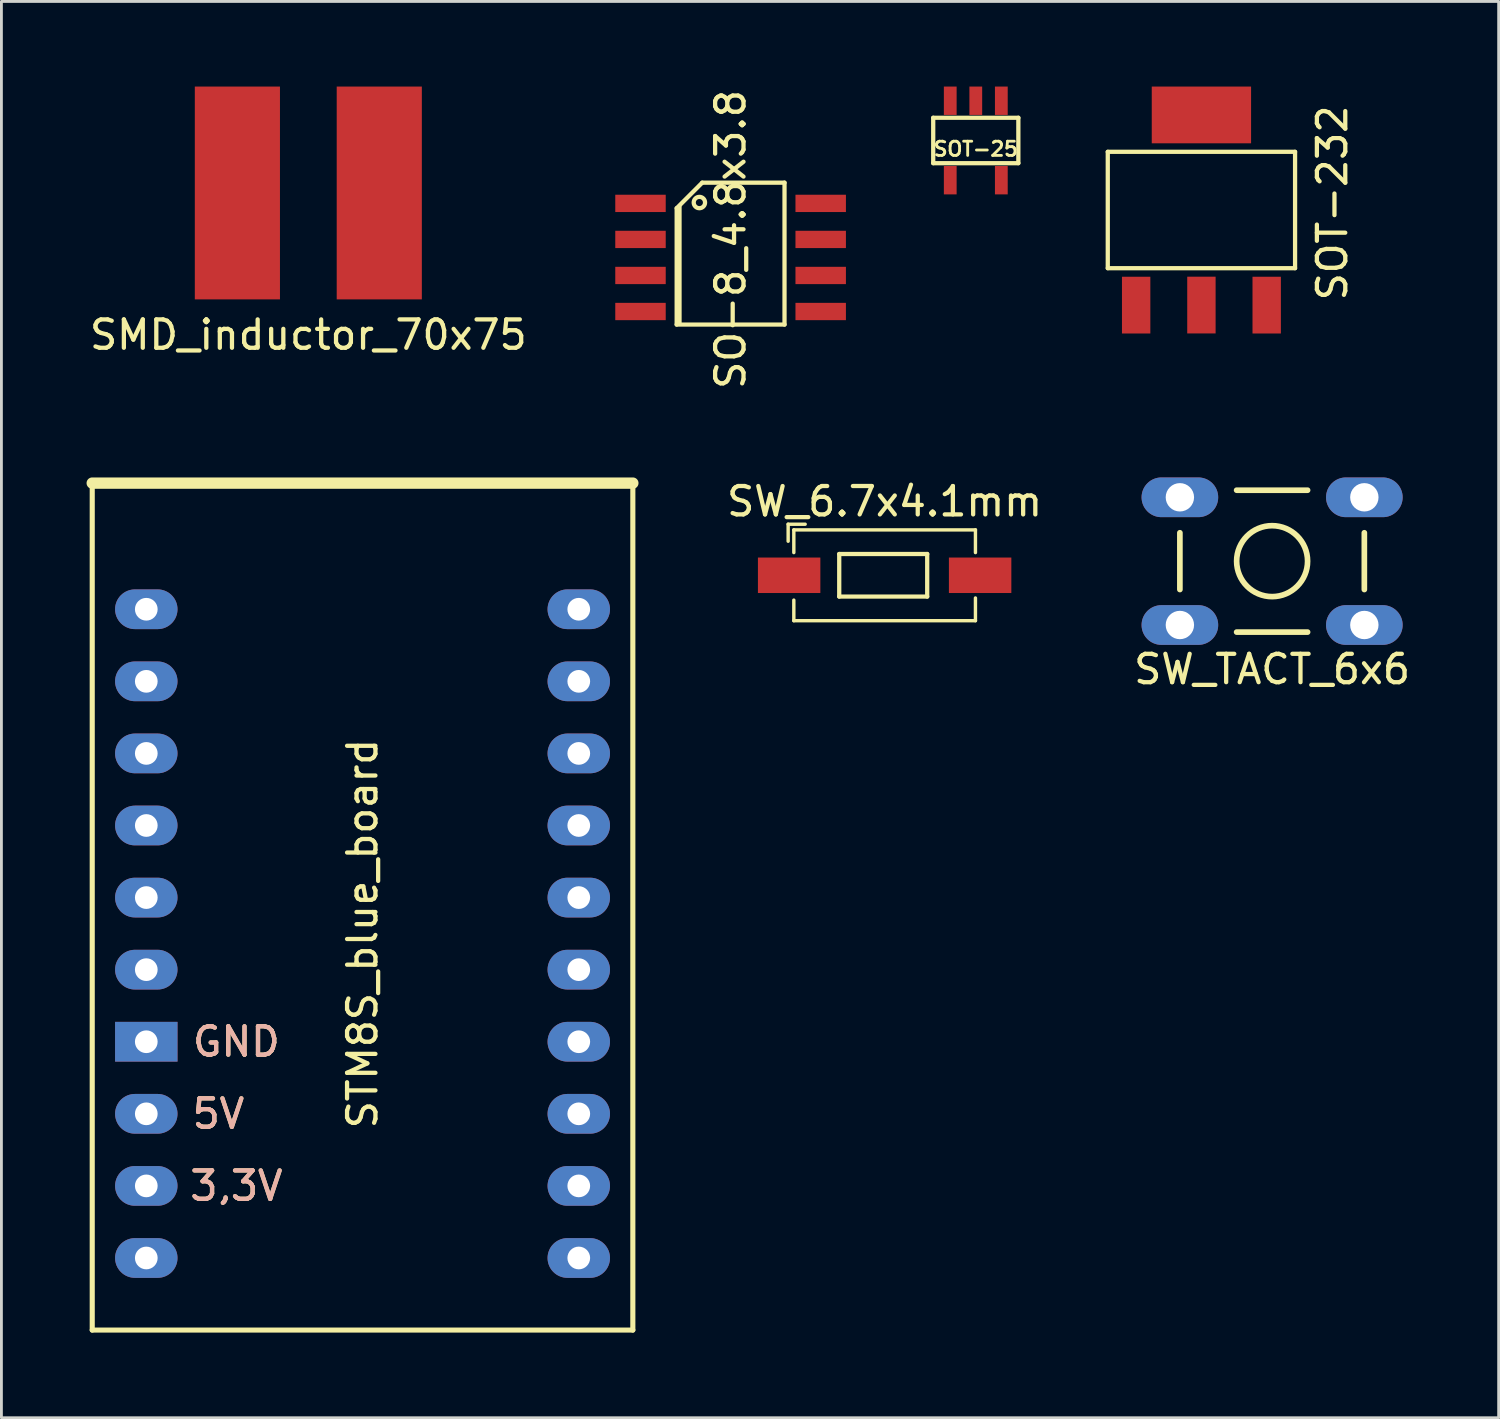
<source format=kicad_pcb>
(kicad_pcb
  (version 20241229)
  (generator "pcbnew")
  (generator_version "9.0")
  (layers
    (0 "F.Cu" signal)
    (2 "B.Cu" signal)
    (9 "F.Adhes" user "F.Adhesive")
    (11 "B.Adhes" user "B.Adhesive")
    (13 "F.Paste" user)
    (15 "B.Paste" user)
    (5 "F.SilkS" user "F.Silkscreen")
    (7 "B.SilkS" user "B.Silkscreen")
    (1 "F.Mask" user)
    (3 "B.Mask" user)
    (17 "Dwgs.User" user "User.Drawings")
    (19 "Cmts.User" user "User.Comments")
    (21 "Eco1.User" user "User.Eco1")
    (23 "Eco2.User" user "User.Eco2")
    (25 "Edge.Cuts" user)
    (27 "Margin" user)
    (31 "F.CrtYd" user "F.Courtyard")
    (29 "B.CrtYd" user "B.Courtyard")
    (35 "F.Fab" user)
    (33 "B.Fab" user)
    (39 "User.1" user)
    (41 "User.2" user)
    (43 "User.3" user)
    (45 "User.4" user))
  (footprint "SO-8_4.8x3.8"
    (layer "F.Cu")
    (at 22.695 5.387)
    (property "Reference" "SO-8_4.8x3.8" (at 0 0 90) (layer "F.SilkS") (effects (font (size 1 1) (thickness 0.15))))
    (attr through_hole)
    (fp_line (start -1.9 -1.1) (end -1 -2) (stroke (width 0.15) (type solid)) (layer "F.SilkS"))
    (fp_line (start -1.9 3) (end -1.9 -1.1) (stroke (width 0.15) (type solid)) (layer "F.SilkS"))
    (fp_line (start -1.8 2.95) (end -1.8 -1.15) (stroke (width 0.15) (type solid)) (layer "F.SilkS"))
    (fp_line (start -1 -2) (end 1.9 -2) (stroke (width 0.15) (type solid)) (layer "F.SilkS"))
    (fp_line (start 1.9 -2) (end 1.9 3) (stroke (width 0.15) (type solid)) (layer "F.SilkS"))
    (fp_line (start 1.9 3) (end -1.9 3) (stroke (width 0.15) (type solid)) (layer "F.SilkS"))
    (fp_circle (center -1.1 -1.3) (end -0.9 -1.3) (stroke (width 0.15) (type solid)) (fill no) (layer "F.SilkS"))
    (pad "1" smd rect (at -3.175 -1.27) (size 1.778 0.61) (layers "F.Cu" "F.Mask" "F.Paste"))
    (pad "2" smd rect (at -3.175 0) (size 1.778 0.61) (layers "F.Cu" "F.Mask" "F.Paste"))
    (pad "3" smd rect (at -3.175 1.27) (size 1.778 0.61) (layers "F.Cu" "F.Mask" "F.Paste"))
    (pad "4" smd rect (at -3.175 2.54) (size 1.778 0.61) (layers "F.Cu" "F.Mask" "F.Paste"))
    (pad "5" smd rect (at 3.175 2.54) (size 1.778 0.61) (layers "F.Cu" "F.Mask" "F.Paste"))
    (pad "6" smd rect (at 3.175 1.27) (size 1.778 0.61) (layers "F.Cu" "F.Mask" "F.Paste"))
    (pad "7" smd rect (at 3.175 0) (size 1.778 0.61) (layers "F.Cu" "F.Mask" "F.Paste"))
    (pad "8" smd rect (at 3.175 -1.27) (size 1.778 0.61) (layers "F.Cu" "F.Mask" "F.Paste")))
  (footprint "SW_TACT_6x6"
    (layer "F.Cu")
    (at 41.777 16.724)
    (property "Reference" "SW_TACT_6x6" (at 0 3.81 0) (layer "F.SilkS") (effects (font (size 1 1) (thickness 0.15))))
    (attr through_hole)
    (fp_line (start -3.25 -1) (end -3.25 1) (stroke (width 0.2) (type solid)) (layer "F.SilkS"))
    (fp_line (start -1.25 -2.5) (end 1.25 -2.5) (stroke (width 0.2) (type solid)) (layer "F.SilkS"))
    (fp_line (start -1.25 2.5) (end 1.25 2.5) (stroke (width 0.2) (type solid)) (layer "F.SilkS"))
    (fp_line (start 3.25 -1) (end 3.25 1) (stroke (width 0.2) (type solid)) (layer "F.SilkS"))
    (fp_circle (center 0 0) (end 1 0.75) (stroke (width 0.2) (type solid)) (fill no) (layer "F.SilkS"))
    (pad "1" thru_hole oval (at -3.25 -2.25 90) (size 1.4 2.7) (drill 1) (layers "*.Cu" "*.Mask"))
    (pad "1" thru_hole oval (at 3.25 -2.25 90) (size 1.4 2.7) (drill 1) (layers "*.Cu" "*.Mask"))
    (pad "2" thru_hole oval (at -3.25 2.25 90) (size 1.4 2.7) (drill 1) (layers "*.Cu" "*.Mask"))
    (pad "2" thru_hole oval (at 3.25 2.25 90) (size 1.4 2.7) (drill 1) (layers "*.Cu" "*.Mask")))
  (footprint "SOT-232"
    (layer "F.Cu")
    (at 39.286 4.4)
    (property "Reference" "SOT-232" (at 4.614 -0.298 90) (layer "F.SilkS") (effects (font (size 1 1) (thickness 0.15))))
    (attr through_hole)
    (fp_line (start -3.3 -2.1) (end -3.3 2) (stroke (width 0.15) (type solid)) (layer "F.SilkS"))
    (fp_line (start -3.3 2) (end 3.3 2) (stroke (width 0.15) (type solid)) (layer "F.SilkS"))
    (fp_line (start 3.3 -2.1) (end -3.3 -2.1) (stroke (width 0.15) (type solid)) (layer "F.SilkS"))
    (fp_line (start 3.3 2) (end 3.3 -2.1) (stroke (width 0.15) (type solid)) (layer "F.SilkS"))
    (pad "1" smd rect (at -2.3 3.302) (size 1 2) (layers "F.Cu" "F.Mask" "F.Paste"))
    (pad "2" smd rect (at 0 3.3) (size 1 2) (layers "F.Cu" "F.Mask" "F.Paste"))
    (pad "3" smd rect (at 2.3 3.302) (size 1 2) (layers "F.Cu" "F.Mask" "F.Paste"))
    (pad "4" smd rect (at 0 -3.4) (size 3.5 2) (layers "F.Cu" "F.Mask" "F.Paste")))
  (footprint "SW_6.7x4.1mm"
    (layer "F.Cu")
    (at 28.123 17.222)
    (property "Reference" "SW_6.7x4.1mm" (at 0 -2.6 0) (layer "F.SilkS") (effects (font (size 1 1) (thickness 0.15))))
    (attr smd)
    (fp_line (start -3.4 -1.8) (end -3.4 -1.2) (stroke (width 0.12) (type solid)) (layer "F.SilkS"))
    (fp_line (start -3.4 -1.8) (end -2.8 -1.8) (stroke (width 0.12) (type solid)) (layer "F.SilkS"))
    (fp_line (start -3.2 -1.6) (end -3.2 -0.8) (stroke (width 0.12) (type solid)) (layer "F.SilkS"))
    (fp_line (start -3.2 -1.6) (end 3.2 -1.6) (stroke (width 0.12) (type solid)) (layer "F.SilkS"))
    (fp_line (start -3.2 0.875) (end -3.2 1.6) (stroke (width 0.12) (type solid)) (layer "F.SilkS"))
    (fp_line (start -3.2 1.6) (end 3.2 1.6) (stroke (width 0.12) (type solid)) (layer "F.SilkS"))
    (fp_line (start -1.6 -0.75) (end -1.6 0.75) (stroke (width 0.15) (type solid)) (layer "F.SilkS"))
    (fp_line (start -1.6 -0.75) (end 1.5 -0.75) (stroke (width 0.15) (type solid)) (layer "F.SilkS"))
    (fp_line (start 1.5 -0.75) (end 1.5 0.75) (stroke (width 0.15) (type solid)) (layer "F.SilkS"))
    (fp_line (start 1.5 0.75) (end -1.6 0.75) (stroke (width 0.15) (type solid)) (layer "F.SilkS"))
    (fp_line (start 3.2 -1.6) (end 3.2 -0.8) (stroke (width 0.12) (type solid)) (layer "F.SilkS"))
    (fp_line (start 3.2 0.8) (end 3.2 1.6) (stroke (width 0.12) (type solid)) (layer "F.SilkS"))
    (pad "1" smd rect (at -3.365 0) (size 2.2 1.25) (layers "F.Cu" "F.Mask" "F.Paste"))
    (pad "2" smd rect (at 3.365 0) (size 2.2 1.25) (layers "F.Cu" "F.Mask" "F.Paste")))
  (footprint "SOT-25"
    (layer "F.Cu")
    (at 31.335 1.9)
    (property "Reference" "SOT-25" (at 0 0.3 0) (layer "F.SilkS") (effects (font (size 0.5 0.5) (thickness 0.1))))
    (attr through_hole)
    (fp_line (start -1.5 -0.8) (end 1.5 -0.8) (stroke (width 0.15) (type solid)) (layer "F.SilkS"))
    (fp_line (start -1.5 0.8) (end -1.5 -0.8) (stroke (width 0.15) (type solid)) (layer "F.SilkS"))
    (fp_line (start 1.5 -0.8) (end 1.5 0.8) (stroke (width 0.15) (type solid)) (layer "F.SilkS"))
    (fp_line (start 1.5 0.8) (end -1.5 0.8) (stroke (width 0.15) (type solid)) (layer "F.SilkS"))
    (pad "1" smd rect (at 0.9 -1.4) (size 0.45 1) (layers "F.Cu" "F.Mask" "F.Paste"))
    (pad "2" smd rect (at 0 -1.4) (size 0.45 1) (layers "F.Cu" "F.Mask" "F.Paste"))
    (pad "3" smd rect (at -0.9 -1.4) (size 0.45 1) (layers "F.Cu" "F.Mask" "F.Paste"))
    (pad "4" smd rect (at -0.9 1.4) (size 0.45 1) (layers "F.Cu" "F.Mask" "F.Paste"))
    (pad "5" smd rect (at 0.9 1.4) (size 0.45 1) (layers "F.Cu" "F.Mask" "F.Paste")))
  (footprint "STM8S_blue_board"
    (layer "F.Cu")
    (at 9.725 29.849)
    (property "Reference" "STM8S_blue_board" (at 0 0 90) (layer "F.SilkS") (effects (font (size 1 1) (thickness 0.15))))
    (attr through_hole)
    (fp_line (start -9.525 -15.875) (end 9.525 -15.875) (stroke (width 0.4) (type solid)) (layer "F.SilkS"))
    (fp_line (start -9.525 13.97) (end -9.525 -15.875) (stroke (width 0.18) (type solid)) (layer "F.SilkS"))
    (fp_line (start 9.525 -15.875) (end 9.525 13.97) (stroke (width 0.18) (type solid)) (layer "F.SilkS"))
    (fp_line (start 9.525 13.97) (end -9.525 13.97) (stroke (width 0.18) (type solid)) (layer "F.SilkS"))
    (fp_text user "5V" (at -5.08 6.35 0) (layer "F.SilkS") (effects (font (size 1 1) (thickness 0.15))))
    (fp_text user "GND" (at -4.445 3.81 0) (layer "F.SilkS") (effects (font (size 1 1) (thickness 0.15))))
    (fp_text user "3,3V" (at -4.445 8.89 0) (layer "F.SilkS") (effects (font (size 1 1) (thickness 0.15))))
    (fp_text user "GND" (at -4.445 3.81 0) (layer "B.SilkS") (effects (font (size 1 1) (thickness 0.15))))
    (fp_text user "5V" (at -5.08 6.35 0) (layer "B.SilkS") (effects (font (size 1 1) (thickness 0.15))))
    (fp_text user "3,3V" (at -4.445 8.89 0) (layer "B.SilkS") (effects (font (size 1 1) (thickness 0.15))))
    (pad "1" thru_hole oval (at -7.62 -11.43) (size 2.2 1.4) (drill 0.8) (layers "*.Cu" "*.Mask"))
    (pad "2" thru_hole oval (at -7.62 -8.89) (size 2.2 1.4) (drill 0.8) (layers "*.Cu" "*.Mask"))
    (pad "3" thru_hole oval (at -7.62 -6.35) (size 2.2 1.4) (drill 0.8) (layers "*.Cu" "*.Mask"))
    (pad "4" thru_hole oval (at -7.62 -3.81) (size 2.2 1.4) (drill 0.8) (layers "*.Cu" "*.Mask"))
    (pad "5" thru_hole oval (at -7.62 -1.27) (size 2.2 1.4) (drill 0.8) (layers "*.Cu" "*.Mask"))
    (pad "6" thru_hole oval (at -7.62 1.27) (size 2.2 1.4) (drill 0.8) (layers "*.Cu" "*.Mask"))
    (pad "7" thru_hole rect (at -7.62 3.81) (size 2.2 1.4) (drill 0.8) (layers "*.Cu" "*.Mask"))
    (pad "8" thru_hole oval (at -7.62 6.35) (size 2.2 1.4) (drill 0.8) (layers "*.Cu" "*.Mask"))
    (pad "9" thru_hole oval (at -7.62 8.89) (size 2.2 1.4) (drill 0.8) (layers "*.Cu" "*.Mask"))
    (pad "10" thru_hole oval (at -7.62 11.43) (size 2.2 1.4) (drill 0.8) (layers "*.Cu" "*.Mask"))
    (pad "11" thru_hole oval (at 7.62 11.43) (size 2.2 1.4) (drill 0.8) (layers "*.Cu" "*.Mask"))
    (pad "12" thru_hole oval (at 7.62 8.89) (size 2.2 1.4) (drill 0.8) (layers "*.Cu" "*.Mask"))
    (pad "13" thru_hole oval (at 7.62 6.35) (size 2.2 1.4) (drill 0.8) (layers "*.Cu" "*.Mask"))
    (pad "14" thru_hole oval (at 7.62 3.81) (size 2.2 1.4) (drill 0.8) (layers "*.Cu" "*.Mask"))
    (pad "15" thru_hole oval (at 7.62 1.27) (size 2.2 1.4) (drill 0.8) (layers "*.Cu" "*.Mask"))
    (pad "16" thru_hole oval (at 7.62 -1.27) (size 2.2 1.4) (drill 0.8) (layers "*.Cu" "*.Mask"))
    (pad "17" thru_hole oval (at 7.62 -3.81) (size 2.2 1.4) (drill 0.8) (layers "*.Cu" "*.Mask"))
    (pad "18" thru_hole oval (at 7.62 -6.35) (size 2.2 1.4) (drill 0.8) (layers "*.Cu" "*.Mask"))
    (pad "19" thru_hole oval (at 7.62 -8.89) (size 2.2 1.4) (drill 0.8) (layers "*.Cu" "*.Mask"))
    (pad "20" thru_hole oval (at 7.62 -11.43) (size 2.2 1.4) (drill 0.8) (layers "*.Cu" "*.Mask")))
  (footprint "SMD_inductor_70x75"
    (layer "F.Cu")
    (at 7.815 3.75)
    (property "Reference" "SMD_inductor_70x75" (at 0 5 180) (layer "F.SilkS") (effects (font (size 1 1) (thickness 0.15))))
    (attr smd)
    (pad "1" smd rect (at -2.5 0 90) (size 7.5 3) (layers "F.Cu" "F.Mask" "F.Paste"))
    (pad "2" smd rect (at 2.5 0 90) (size 7.5 3) (layers "F.Cu" "F.Mask" "F.Paste")))
  (gr_rect
    (start -3 -3)
    (end 49.76 46.909)
    (stroke (width 0.1) (type default))
    (fill no)
    (layer "Edge.Cuts")))
</source>
